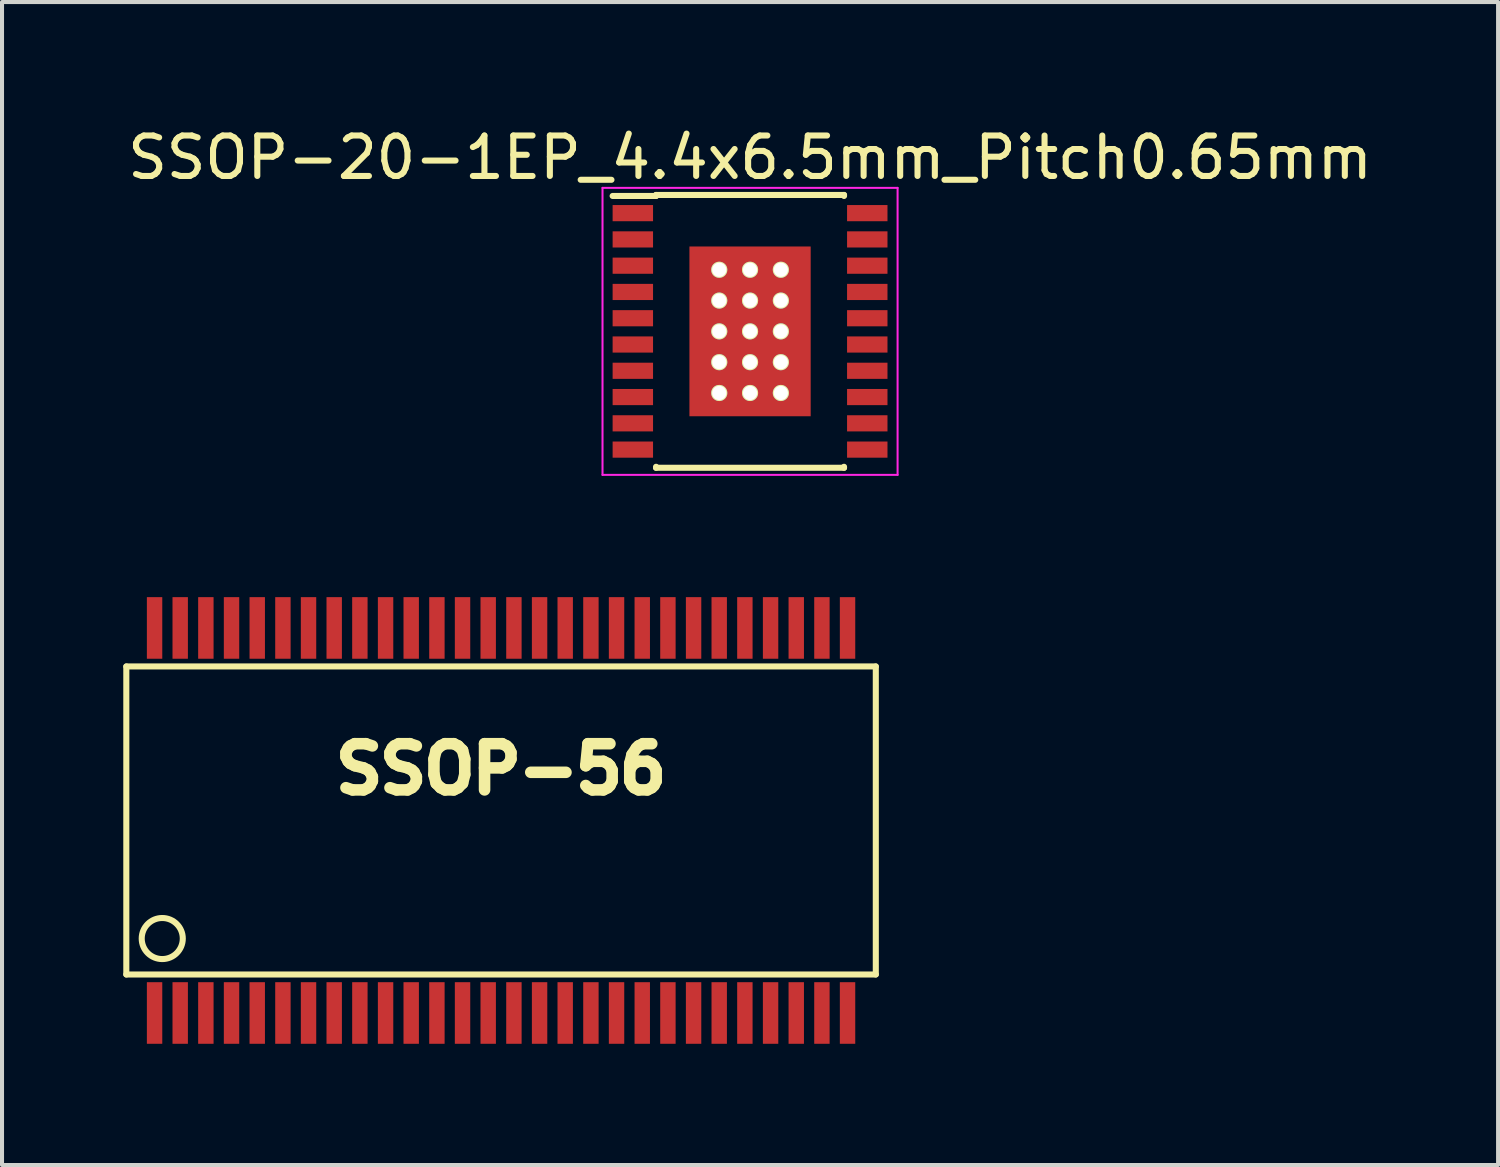
<source format=kicad_pcb>
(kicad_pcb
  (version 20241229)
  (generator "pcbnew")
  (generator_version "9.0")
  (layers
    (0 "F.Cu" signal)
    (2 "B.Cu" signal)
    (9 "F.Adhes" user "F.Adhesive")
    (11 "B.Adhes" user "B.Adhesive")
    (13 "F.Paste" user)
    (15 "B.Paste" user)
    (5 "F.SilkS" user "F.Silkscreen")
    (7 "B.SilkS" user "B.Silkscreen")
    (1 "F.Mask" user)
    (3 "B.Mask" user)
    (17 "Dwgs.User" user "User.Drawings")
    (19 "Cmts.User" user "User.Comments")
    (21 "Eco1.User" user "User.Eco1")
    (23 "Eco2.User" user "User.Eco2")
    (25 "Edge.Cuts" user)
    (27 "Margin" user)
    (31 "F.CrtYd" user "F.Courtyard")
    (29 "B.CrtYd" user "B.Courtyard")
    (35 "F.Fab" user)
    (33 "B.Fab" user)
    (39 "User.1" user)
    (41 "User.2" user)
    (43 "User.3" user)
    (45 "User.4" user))
  (footprint "SSOP-56"
    (layer "F.Cu")
    (at 9.346 17.248)
    (property "Reference" "SSOP-56" (at 0 -1.27 0) (layer "F.SilkS") (effects (font (size 1.143 1.143) (thickness 0.287))))
    (attr smd)
    (fp_line (start -9.271 -3.81) (end -9.271 3.81) (stroke (width 0.15) (type solid)) (layer "F.SilkS"))
    (fp_line (start -9.271 3.81) (end 9.271 3.81) (stroke (width 0.15) (type solid)) (layer "F.SilkS"))
    (fp_line (start 9.271 -3.81) (end -9.271 -3.81) (stroke (width 0.15) (type solid)) (layer "F.SilkS"))
    (fp_line (start 9.271 3.81) (end 9.271 -3.81) (stroke (width 0.15) (type solid)) (layer "F.SilkS"))
    (fp_circle (center -8.382 2.921) (end -8.382 2.413) (stroke (width 0.15) (type solid)) (fill no) (layer "F.SilkS"))
    (pad "1" smd rect (at -8.572 4.763) (size 0.381 1.524) (layers "F.Cu" "F.Mask" "F.Paste"))
    (pad "2" smd rect (at -7.938 4.763) (size 0.381 1.524) (layers "F.Cu" "F.Mask" "F.Paste"))
    (pad "3" smd rect (at -7.303 4.763) (size 0.381 1.524) (layers "F.Cu" "F.Mask" "F.Paste"))
    (pad "4" smd rect (at -6.668 4.763) (size 0.381 1.524) (layers "F.Cu" "F.Mask" "F.Paste"))
    (pad "5" smd rect (at -6.032 4.763) (size 0.381 1.524) (layers "F.Cu" "F.Mask" "F.Paste"))
    (pad "6" smd rect (at -5.397 4.763) (size 0.381 1.524) (layers "F.Cu" "F.Mask" "F.Paste"))
    (pad "7" smd rect (at -4.763 4.763) (size 0.381 1.524) (layers "F.Cu" "F.Mask" "F.Paste"))
    (pad "8" smd rect (at -4.128 4.763) (size 0.381 1.524) (layers "F.Cu" "F.Mask" "F.Paste"))
    (pad "9" smd rect (at -3.493 4.763) (size 0.381 1.524) (layers "F.Cu" "F.Mask" "F.Paste"))
    (pad "10" smd rect (at -2.857 4.763) (size 0.381 1.524) (layers "F.Cu" "F.Mask" "F.Paste"))
    (pad "11" smd rect (at -2.223 4.763) (size 0.381 1.524) (layers "F.Cu" "F.Mask" "F.Paste"))
    (pad "12" smd rect (at -1.587 4.763) (size 0.381 1.524) (layers "F.Cu" "F.Mask" "F.Paste"))
    (pad "13" smd rect (at -0.953 4.763) (size 0.381 1.524) (layers "F.Cu" "F.Mask" "F.Paste"))
    (pad "14" smd rect (at -0.318 4.763) (size 0.381 1.524) (layers "F.Cu" "F.Mask" "F.Paste"))
    (pad "15" smd rect (at 0.318 4.763) (size 0.381 1.524) (layers "F.Cu" "F.Mask" "F.Paste"))
    (pad "16" smd rect (at 0.953 4.763) (size 0.381 1.524) (layers "F.Cu" "F.Mask" "F.Paste"))
    (pad "17" smd rect (at 1.587 4.763) (size 0.381 1.524) (layers "F.Cu" "F.Mask" "F.Paste"))
    (pad "18" smd rect (at 2.223 4.763) (size 0.381 1.524) (layers "F.Cu" "F.Mask" "F.Paste"))
    (pad "19" smd rect (at 2.857 4.763) (size 0.381 1.524) (layers "F.Cu" "F.Mask" "F.Paste"))
    (pad "20" smd rect (at 3.493 4.763) (size 0.381 1.524) (layers "F.Cu" "F.Mask" "F.Paste"))
    (pad "21" smd rect (at 4.128 4.763) (size 0.381 1.524) (layers "F.Cu" "F.Mask" "F.Paste"))
    (pad "22" smd rect (at 4.763 4.763) (size 0.381 1.524) (layers "F.Cu" "F.Mask" "F.Paste"))
    (pad "23" smd rect (at 5.397 4.763) (size 0.381 1.524) (layers "F.Cu" "F.Mask" "F.Paste"))
    (pad "24" smd rect (at 6.032 4.763) (size 0.381 1.524) (layers "F.Cu" "F.Mask" "F.Paste"))
    (pad "25" smd rect (at 6.668 4.763) (size 0.381 1.524) (layers "F.Cu" "F.Mask" "F.Paste"))
    (pad "26" smd rect (at 7.303 4.763) (size 0.381 1.524) (layers "F.Cu" "F.Mask" "F.Paste"))
    (pad "27" smd rect (at 7.938 4.763) (size 0.381 1.524) (layers "F.Cu" "F.Mask" "F.Paste"))
    (pad "28" smd rect (at 8.572 4.763) (size 0.381 1.524) (layers "F.Cu" "F.Mask" "F.Paste"))
    (pad "29" smd rect (at 8.572 -4.763) (size 0.381 1.524) (layers "F.Cu" "F.Mask" "F.Paste"))
    (pad "30" smd rect (at 7.938 -4.763) (size 0.381 1.524) (layers "F.Cu" "F.Mask" "F.Paste"))
    (pad "31" smd rect (at 7.303 -4.763) (size 0.381 1.524) (layers "F.Cu" "F.Mask" "F.Paste"))
    (pad "32" smd rect (at 6.668 -4.763) (size 0.381 1.524) (layers "F.Cu" "F.Mask" "F.Paste"))
    (pad "33" smd rect (at 6.032 -4.763) (size 0.381 1.524) (layers "F.Cu" "F.Mask" "F.Paste"))
    (pad "34" smd rect (at 5.397 -4.763) (size 0.381 1.524) (layers "F.Cu" "F.Mask" "F.Paste"))
    (pad "35" smd rect (at 4.763 -4.763) (size 0.381 1.524) (layers "F.Cu" "F.Mask" "F.Paste"))
    (pad "36" smd rect (at 4.128 -4.763) (size 0.381 1.524) (layers "F.Cu" "F.Mask" "F.Paste"))
    (pad "37" smd rect (at 3.493 -4.763) (size 0.381 1.524) (layers "F.Cu" "F.Mask" "F.Paste"))
    (pad "38" smd rect (at 2.857 -4.763) (size 0.381 1.524) (layers "F.Cu" "F.Mask" "F.Paste"))
    (pad "39" smd rect (at 2.223 -4.763) (size 0.381 1.524) (layers "F.Cu" "F.Mask" "F.Paste"))
    (pad "40" smd rect (at 1.587 -4.763) (size 0.381 1.524) (layers "F.Cu" "F.Mask" "F.Paste"))
    (pad "41" smd rect (at 0.953 -4.763) (size 0.381 1.524) (layers "F.Cu" "F.Mask" "F.Paste"))
    (pad "42" smd rect (at 0.318 -4.763) (size 0.381 1.524) (layers "F.Cu" "F.Mask" "F.Paste"))
    (pad "43" smd rect (at -0.318 -4.763) (size 0.381 1.524) (layers "F.Cu" "F.Mask" "F.Paste"))
    (pad "44" smd rect (at -0.953 -4.763) (size 0.381 1.524) (layers "F.Cu" "F.Mask" "F.Paste"))
    (pad "45" smd rect (at -1.587 -4.763) (size 0.381 1.524) (layers "F.Cu" "F.Mask" "F.Paste"))
    (pad "46" smd rect (at -2.223 -4.763) (size 0.381 1.524) (layers "F.Cu" "F.Mask" "F.Paste"))
    (pad "47" smd rect (at -2.857 -4.763) (size 0.381 1.524) (layers "F.Cu" "F.Mask" "F.Paste"))
    (pad "48" smd rect (at -3.493 -4.763) (size 0.381 1.524) (layers "F.Cu" "F.Mask" "F.Paste"))
    (pad "49" smd rect (at -4.128 -4.763) (size 0.381 1.524) (layers "F.Cu" "F.Mask" "F.Paste"))
    (pad "50" smd rect (at -4.763 -4.763) (size 0.381 1.524) (layers "F.Cu" "F.Mask" "F.Paste"))
    (pad "51" smd rect (at -5.397 -4.763) (size 0.381 1.524) (layers "F.Cu" "F.Mask" "F.Paste"))
    (pad "52" smd rect (at -6.032 -4.763) (size 0.381 1.524) (layers "F.Cu" "F.Mask" "F.Paste"))
    (pad "53" smd rect (at -6.668 -4.763) (size 0.381 1.524) (layers "F.Cu" "F.Mask" "F.Paste"))
    (pad "54" smd rect (at -7.303 -4.763) (size 0.381 1.524) (layers "F.Cu" "F.Mask" "F.Paste"))
    (pad "55" smd rect (at -7.938 -4.763) (size 0.381 1.524) (layers "F.Cu" "F.Mask" "F.Paste"))
    (pad "56" smd rect (at -8.572 -4.763) (size 0.381 1.524) (layers "F.Cu" "F.Mask" "F.Paste")))
  (footprint "SSOP-20-1EP_4.4x6.5mm_Pitch0.65mm"
    (layer "F.Cu")
    (at 15.506 5.148)
    (property "Reference" "SSOP-20-1EP_4.4x6.5mm_Pitch0.65mm" (at 0 -4.3 0) (layer "F.SilkS") (effects (font (size 1 1) (thickness 0.15))))
    (attr smd)
    (fp_line (start -2.325 -3.375) (end -2.325 -3.35) (stroke (width 0.15) (type solid)) (layer "F.SilkS"))
    (fp_line (start -2.325 -3.375) (end 2.325 -3.375) (stroke (width 0.15) (type solid)) (layer "F.SilkS"))
    (fp_line (start -2.325 -3.35) (end -3.4 -3.35) (stroke (width 0.15) (type solid)) (layer "F.SilkS"))
    (fp_line (start -2.325 3.375) (end -2.325 3.35) (stroke (width 0.15) (type solid)) (layer "F.SilkS"))
    (fp_line (start -2.325 3.375) (end 2.325 3.375) (stroke (width 0.15) (type solid)) (layer "F.SilkS"))
    (fp_line (start 2.325 -3.375) (end 2.325 -3.35) (stroke (width 0.15) (type solid)) (layer "F.SilkS"))
    (fp_line (start 2.325 3.375) (end 2.325 3.35) (stroke (width 0.15) (type solid)) (layer "F.SilkS"))
    (fp_line (start -3.65 -3.55) (end -3.65 3.55) (stroke (width 0.05) (type solid)) (layer "F.CrtYd"))
    (fp_line (start -3.65 -3.55) (end 3.65 -3.55) (stroke (width 0.05) (type solid)) (layer "F.CrtYd"))
    (fp_line (start -3.65 3.55) (end 3.65 3.55) (stroke (width 0.05) (type solid)) (layer "F.CrtYd"))
    (fp_line (start 3.65 -3.55) (end 3.65 3.55) (stroke (width 0.05) (type solid)) (layer "F.CrtYd"))
    (pad "1" smd rect (at -2.9 -2.925) (size 1 0.4) (layers "F.Cu" "F.Mask" "F.Paste"))
    (pad "2" smd rect (at -2.9 -2.275) (size 1 0.4) (layers "F.Cu" "F.Mask" "F.Paste"))
    (pad "3" smd rect (at -2.9 -1.625) (size 1 0.4) (layers "F.Cu" "F.Mask" "F.Paste"))
    (pad "4" smd rect (at -2.9 -0.975) (size 1 0.4) (layers "F.Cu" "F.Mask" "F.Paste"))
    (pad "5" smd rect (at -2.9 -0.325) (size 1 0.4) (layers "F.Cu" "F.Mask" "F.Paste"))
    (pad "6" smd rect (at -2.9 0.325) (size 1 0.4) (layers "F.Cu" "F.Mask" "F.Paste"))
    (pad "7" smd rect (at -2.9 0.975) (size 1 0.4) (layers "F.Cu" "F.Mask" "F.Paste"))
    (pad "8" smd rect (at -2.9 1.625) (size 1 0.4) (layers "F.Cu" "F.Mask" "F.Paste"))
    (pad "9" smd rect (at -2.9 2.275) (size 1 0.4) (layers "F.Cu" "F.Mask" "F.Paste"))
    (pad "10" smd rect (at -2.9 2.925) (size 1 0.4) (layers "F.Cu" "F.Mask" "F.Paste"))
    (pad "11" smd rect (at 2.9 2.925) (size 1 0.4) (layers "F.Cu" "F.Mask" "F.Paste"))
    (pad "12" smd rect (at 2.9 2.275) (size 1 0.4) (layers "F.Cu" "F.Mask" "F.Paste"))
    (pad "13" smd rect (at 2.9 1.625) (size 1 0.4) (layers "F.Cu" "F.Mask" "F.Paste"))
    (pad "14" smd rect (at 2.9 0.975) (size 1 0.4) (layers "F.Cu" "F.Mask" "F.Paste"))
    (pad "15" smd rect (at 2.9 0.325) (size 1 0.4) (layers "F.Cu" "F.Mask" "F.Paste"))
    (pad "16" smd rect (at 2.9 -0.325) (size 1 0.4) (layers "F.Cu" "F.Mask" "F.Paste"))
    (pad "17" smd rect (at 2.9 -0.975) (size 1 0.4) (layers "F.Cu" "F.Mask" "F.Paste"))
    (pad "18" smd rect (at 2.9 -1.625) (size 1 0.4) (layers "F.Cu" "F.Mask" "F.Paste"))
    (pad "19" smd rect (at 2.9 -2.275) (size 1 0.4) (layers "F.Cu" "F.Mask" "F.Paste"))
    (pad "20" smd rect (at 2.9 -2.925) (size 1 0.4) (layers "F.Cu" "F.Mask" "F.Paste"))
    (pad "EP" thru_hole circle (at -0.762 -1.524) (size 0.4 0.4) (drill 0.35) (layers "*.Cu" "*.Mask" "F.SilkS"))
    (pad "EP" thru_hole circle (at -0.762 -0.762) (size 0.4 0.4) (drill 0.35) (layers "*.Cu" "*.Mask" "F.SilkS"))
    (pad "EP" thru_hole circle (at -0.762 0) (size 0.4 0.4) (drill 0.35) (layers "*.Cu" "*.Mask" "F.SilkS"))
    (pad "EP" thru_hole circle (at -0.762 0.762) (size 0.4 0.4) (drill 0.35) (layers "*.Cu" "*.Mask" "F.SilkS"))
    (pad "EP" thru_hole circle (at -0.762 1.524) (size 0.4 0.4) (drill 0.35) (layers "*.Cu" "*.Mask" "F.SilkS"))
    (pad "EP" thru_hole circle (at 0 -1.524) (size 0.4 0.4) (drill 0.35) (layers "*.Cu" "*.Mask" "F.SilkS"))
    (pad "EP" thru_hole circle (at 0 -0.762) (size 0.4 0.4) (drill 0.35) (layers "*.Cu" "*.Mask" "F.SilkS"))
    (pad "EP" thru_hole circle (at 0 0) (size 0.4 0.4) (drill 0.35) (layers "*.Cu" "*.Mask" "F.SilkS"))
    (pad "EP" smd rect (at 0 0) (size 3 4.2) (layers "F.Cu" "F.Mask" "F.Paste"))
    (pad "EP" thru_hole circle (at 0 0.762) (size 0.4 0.4) (drill 0.35) (layers "*.Cu" "*.Mask" "F.SilkS"))
    (pad "EP" thru_hole circle (at 0 1.524) (size 0.4 0.4) (drill 0.35) (layers "*.Cu" "*.Mask" "F.SilkS"))
    (pad "EP" thru_hole circle (at 0.762 -1.524) (size 0.4 0.4) (drill 0.35) (layers "*.Cu" "*.Mask" "F.SilkS"))
    (pad "EP" thru_hole circle (at 0.762 -0.762) (size 0.4 0.4) (drill 0.35) (layers "*.Cu" "*.Mask" "F.SilkS"))
    (pad "EP" thru_hole circle (at 0.762 0) (size 0.4 0.4) (drill 0.35) (layers "*.Cu" "*.Mask" "F.SilkS"))
    (pad "EP" thru_hole circle (at 0.762 0.762) (size 0.4 0.4) (drill 0.35) (layers "*.Cu" "*.Mask" "F.SilkS"))
    (pad "EP" thru_hole circle (at 0.762 1.524) (size 0.4 0.4) (drill 0.35) (layers "*.Cu" "*.Mask" "F.SilkS")))
  (gr_rect
    (start -3 -3)
    (end 34.012 25.772)
    (stroke (width 0.1) (type default))
    (fill no)
    (layer "Edge.Cuts")))
</source>
